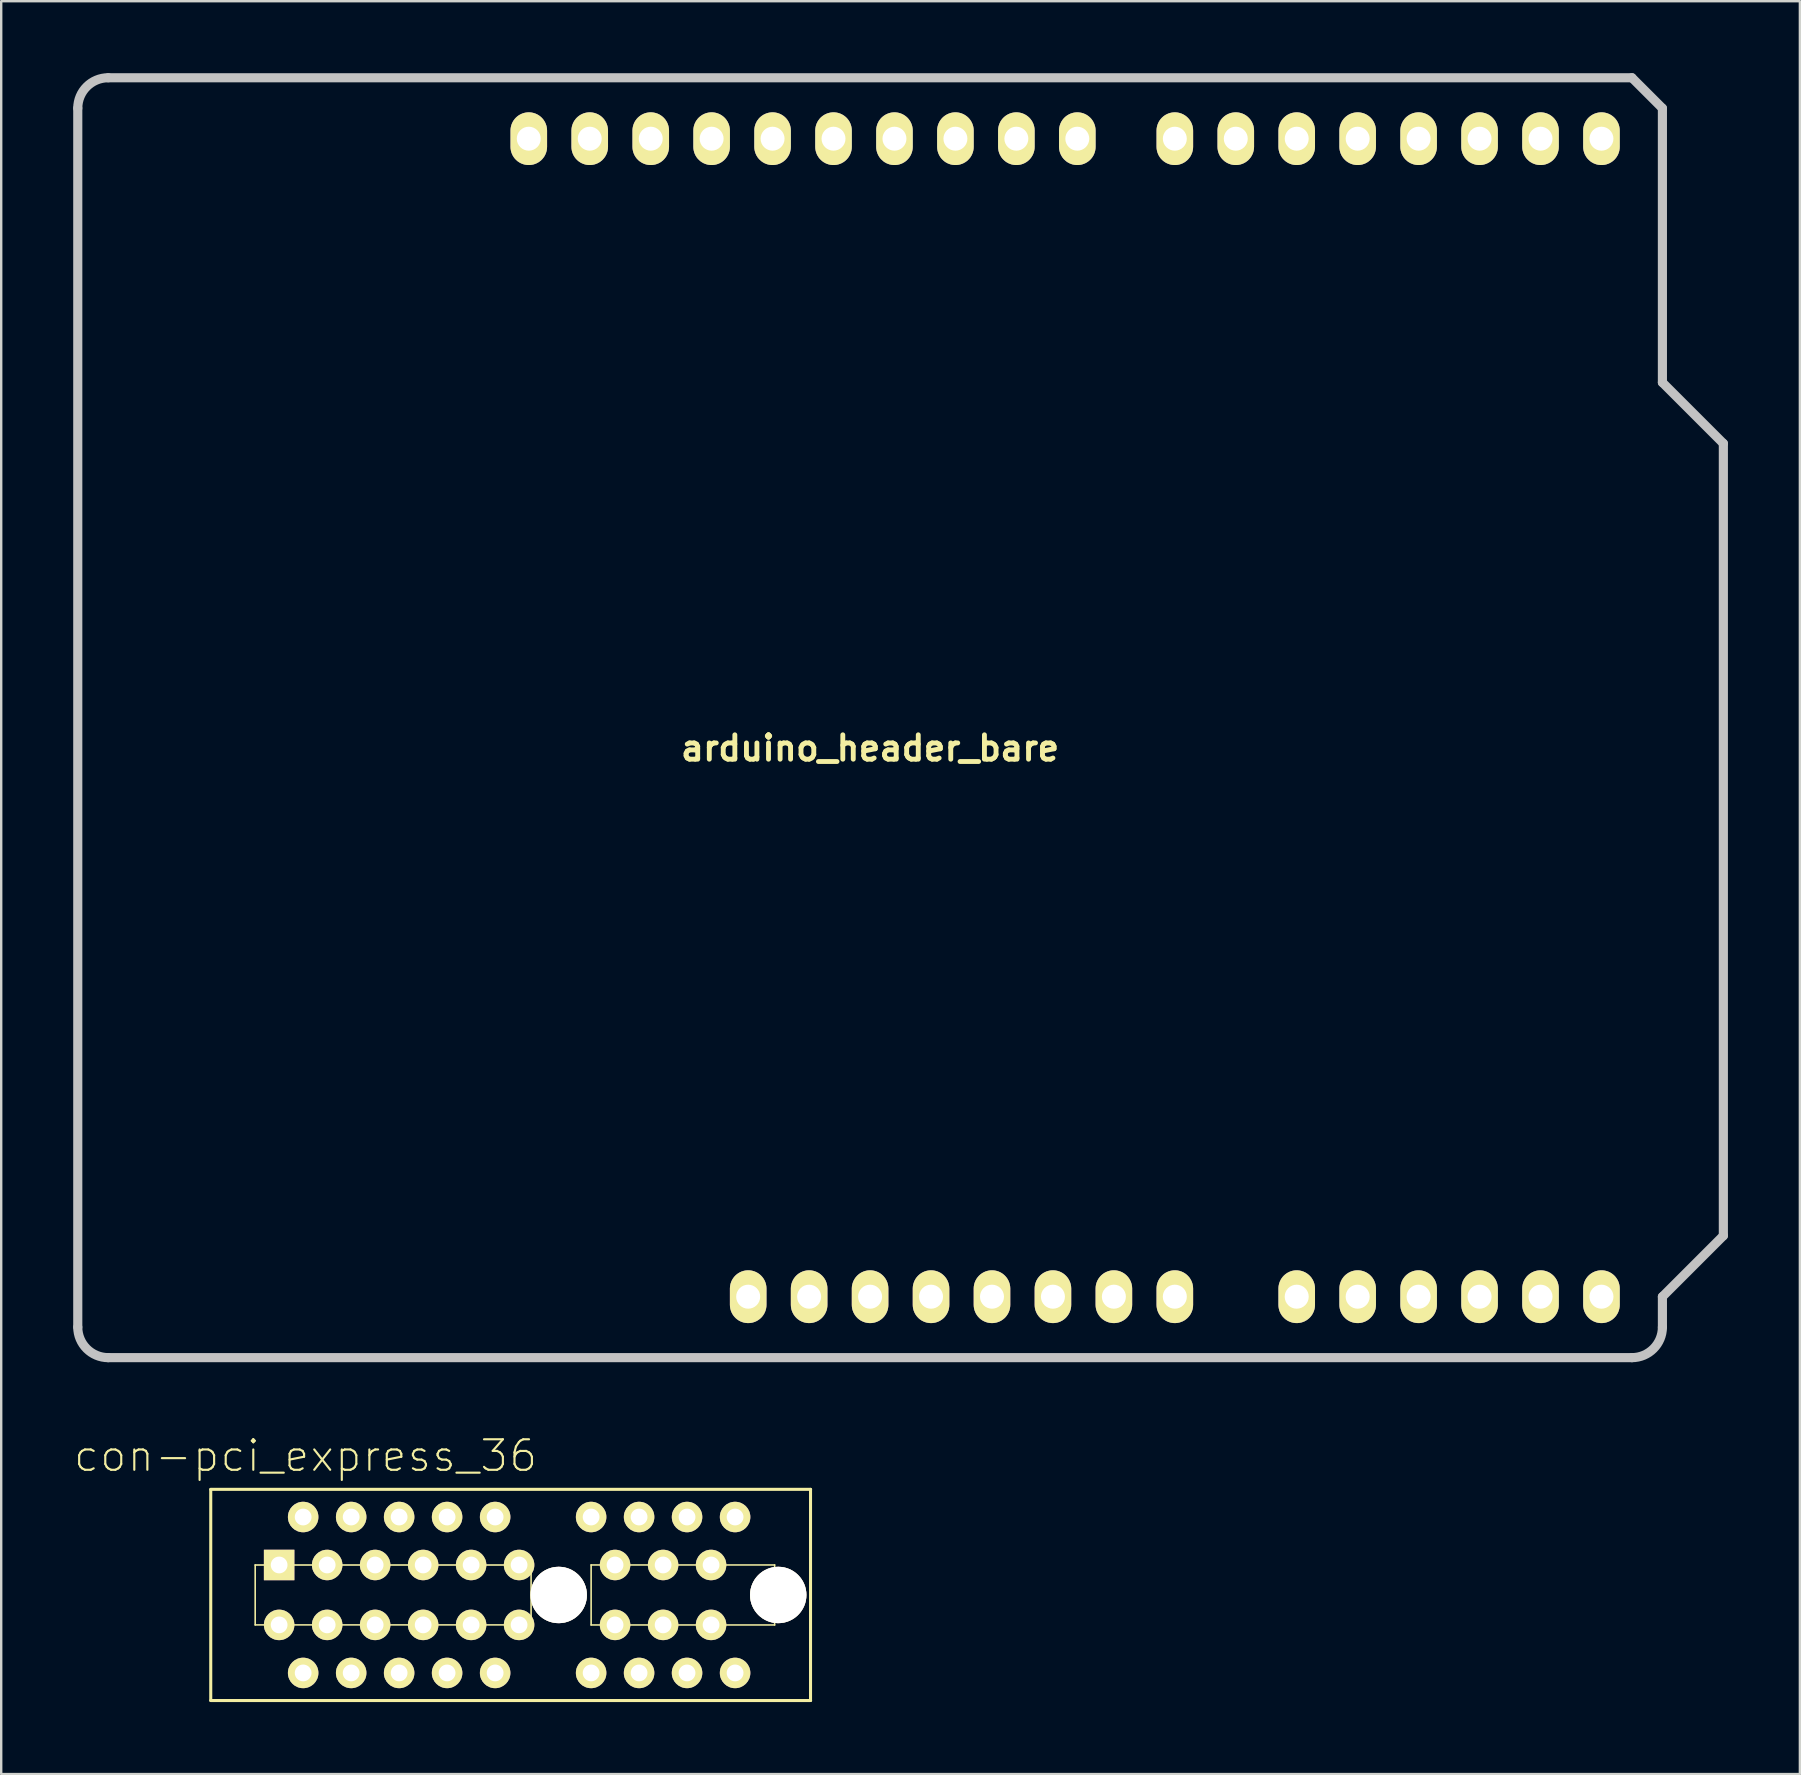
<source format=kicad_pcb>
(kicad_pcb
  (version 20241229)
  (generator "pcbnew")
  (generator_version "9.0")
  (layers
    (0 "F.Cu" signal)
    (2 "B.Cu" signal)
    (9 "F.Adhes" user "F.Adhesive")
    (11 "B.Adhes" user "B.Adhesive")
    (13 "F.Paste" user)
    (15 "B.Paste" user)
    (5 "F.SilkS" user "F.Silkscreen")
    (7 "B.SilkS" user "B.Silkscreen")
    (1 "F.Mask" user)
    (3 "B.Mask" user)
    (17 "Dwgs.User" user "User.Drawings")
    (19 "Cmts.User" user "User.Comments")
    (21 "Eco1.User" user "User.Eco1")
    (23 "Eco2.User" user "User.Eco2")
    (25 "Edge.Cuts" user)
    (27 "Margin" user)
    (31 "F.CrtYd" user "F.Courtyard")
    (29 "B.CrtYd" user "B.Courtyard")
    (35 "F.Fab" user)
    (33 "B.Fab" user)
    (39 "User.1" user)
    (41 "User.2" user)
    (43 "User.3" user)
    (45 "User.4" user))
  (footprint "arduino_header_bare"
    (layer "F.Cu")
    (at 33.211 26.86)
    (property "Reference" "arduino_header_bare" (at 0 1.27 0) (layer "F.SilkS") (effects (font (size 1.016 1.016) (thickness 0.203))))
    (attr through_hole)
    (fp_line (start -33.02 25.4) (end -33.02 -25.4) (stroke (width 0.381) (type solid)) (layer "Dwgs.User"))
    (fp_line (start -31.75 26.67) (end 31.75 26.67) (stroke (width 0.381) (type solid)) (layer "Dwgs.User"))
    (fp_line (start 31.75 -26.67) (end -31.75 -26.67) (stroke (width 0.381) (type solid)) (layer "Dwgs.User"))
    (fp_line (start 31.75 -26.67) (end 33.02 -25.4) (stroke (width 0.381) (type solid)) (layer "Dwgs.User"))
    (fp_line (start 33.02 -25.4) (end 33.02 -13.97) (stroke (width 0.381) (type solid)) (layer "Dwgs.User"))
    (fp_line (start 33.02 -13.97) (end 35.56 -11.43) (stroke (width 0.381) (type solid)) (layer "Dwgs.User"))
    (fp_line (start 33.02 24.13) (end 33.02 25.4) (stroke (width 0.381) (type solid)) (layer "Dwgs.User"))
    (fp_line (start 35.56 21.59) (end 33.02 24.13) (stroke (width 0.381) (type solid)) (layer "Dwgs.User"))
    (fp_line (start 35.56 21.59) (end 35.56 -11.43) (stroke (width 0.381) (type solid)) (layer "Dwgs.User"))
    (fp_arc (start -33.02 -25.4) (mid -32.648026 -26.298026) (end -31.75 -26.67) (stroke (width 0.381) (type solid)) (layer "Dwgs.User"))
    (fp_arc (start -31.75 26.67) (mid -32.648026 26.298026) (end -33.02 25.4) (stroke (width 0.381) (type solid)) (layer "Dwgs.User"))
    (fp_arc (start 33.02 25.4) (mid 32.648026 26.298026) (end 31.75 26.67) (stroke (width 0.381) (type solid)) (layer "Dwgs.User"))
    (pad "1" thru_hole oval (at -5.08 24.13) (size 1.524 2.2) (drill 1.001) (layers "*.Cu" "*.Mask" "F.SilkS"))
    (pad "2" thru_hole oval (at -2.54 24.13) (size 1.524 2.2) (drill 1.001) (layers "*.Cu" "*.Mask" "F.SilkS"))
    (pad "3" thru_hole oval (at 0 24.13) (size 1.524 2.2) (drill 1.001) (layers "*.Cu" "*.Mask" "F.SilkS"))
    (pad "4" thru_hole oval (at 2.54 24.13) (size 1.524 2.2) (drill 1.001) (layers "*.Cu" "*.Mask" "F.SilkS"))
    (pad "5" thru_hole oval (at 5.08 24.13) (size 1.524 2.2) (drill 1.001) (layers "*.Cu" "*.Mask" "F.SilkS"))
    (pad "6" thru_hole oval (at 7.62 24.13) (size 1.524 2.2) (drill 1.001) (layers "*.Cu" "*.Mask" "F.SilkS"))
    (pad "7" thru_hole oval (at 10.16 24.13) (size 1.524 2.2) (drill 1.001) (layers "*.Cu" "*.Mask" "F.SilkS"))
    (pad "8" thru_hole oval (at 12.7 24.13) (size 1.524 2.2) (drill 1.001) (layers "*.Cu" "*.Mask" "F.SilkS"))
    (pad "9" thru_hole oval (at 17.78 24.13) (size 1.524 2.2) (drill 1.001) (layers "*.Cu" "*.Mask" "F.SilkS"))
    (pad "10" thru_hole oval (at 20.32 24.13) (size 1.524 2.2) (drill 1.001) (layers "*.Cu" "*.Mask" "F.SilkS"))
    (pad "11" thru_hole oval (at 22.86 24.13) (size 1.524 2.2) (drill 1.001) (layers "*.Cu" "*.Mask" "F.SilkS"))
    (pad "12" thru_hole oval (at 25.4 24.13) (size 1.524 2.2) (drill 1.001) (layers "*.Cu" "*.Mask" "F.SilkS"))
    (pad "13" thru_hole oval (at 27.94 24.13) (size 1.524 2.2) (drill 1.001) (layers "*.Cu" "*.Mask" "F.SilkS"))
    (pad "14" thru_hole oval (at 30.48 24.13) (size 1.524 2.2) (drill 1.001) (layers "*.Cu" "*.Mask" "F.SilkS"))
    (pad "15" thru_hole oval (at 30.48 -24.13) (size 1.524 2.197) (drill 0.998) (layers "*.Cu" "*.Mask" "F.SilkS"))
    (pad "16" thru_hole oval (at 27.94 -24.13) (size 1.524 2.197) (drill 0.998) (layers "*.Cu" "*.Mask" "F.SilkS"))
    (pad "17" thru_hole oval (at 25.4 -24.13) (size 1.524 2.197) (drill 0.998) (layers "*.Cu" "*.Mask" "F.SilkS"))
    (pad "18" thru_hole oval (at 22.86 -24.13) (size 1.524 2.197) (drill 0.998) (layers "*.Cu" "*.Mask" "F.SilkS"))
    (pad "19" thru_hole oval (at 20.32 -24.13) (size 1.524 2.197) (drill 0.998) (layers "*.Cu" "*.Mask" "F.SilkS"))
    (pad "20" thru_hole oval (at 17.78 -24.13) (size 1.524 2.197) (drill 0.998) (layers "*.Cu" "*.Mask" "F.SilkS"))
    (pad "21" thru_hole oval (at 15.24 -24.13) (size 1.524 2.197) (drill 0.998) (layers "*.Cu" "*.Mask" "F.SilkS"))
    (pad "22" thru_hole oval (at 12.7 -24.13) (size 1.524 2.197) (drill 0.998) (layers "*.Cu" "*.Mask" "F.SilkS"))
    (pad "23" thru_hole oval (at 8.636 -24.13) (size 1.524 2.197) (drill 0.998) (layers "*.Cu" "*.Mask" "F.SilkS"))
    (pad "24" thru_hole oval (at 6.096 -24.13) (size 1.524 2.197) (drill 0.998) (layers "*.Cu" "*.Mask" "F.SilkS"))
    (pad "25" thru_hole oval (at 3.556 -24.13) (size 1.524 2.197) (drill 0.998) (layers "*.Cu" "*.Mask" "F.SilkS"))
    (pad "26" thru_hole oval (at 1.016 -24.13) (size 1.524 2.197) (drill 0.998) (layers "*.Cu" "*.Mask" "F.SilkS"))
    (pad "27" thru_hole oval (at -1.524 -24.13) (size 1.524 2.197) (drill 0.998) (layers "*.Cu" "*.Mask" "F.SilkS"))
    (pad "28" thru_hole oval (at -4.064 -24.13) (size 1.524 2.197) (drill 0.998) (layers "*.Cu" "*.Mask" "F.SilkS"))
    (pad "29" thru_hole oval (at -6.604 -24.13) (size 1.524 2.197) (drill 0.998) (layers "*.Cu" "*.Mask" "F.SilkS"))
    (pad "30" thru_hole oval (at -9.141 -24.13) (size 1.524 2.197) (drill 0.998) (layers "*.Cu" "*.Mask" "F.SilkS"))
    (pad "31" thru_hole oval (at -11.684 -24.13) (size 1.524 2.197) (drill 0.998) (layers "*.Cu" "*.Mask" "F.SilkS"))
    (pad "32" thru_hole oval (at -14.224 -24.13) (size 1.524 2.197) (drill 0.998) (layers "*.Cu" "*.Mask" "F.SilkS")))
  (footprint "con-pci_express_36"
    (layer "F.Cu")
    (at 18.583 63.67)
    (property "Reference" "con-pci_express_36" (at -8.9 -6.05 0) (layer "F.SilkS") (effects (font (size 1.27 1.27) (thickness 0.089))))
    (attr exclude_from_pos_files exclude_from_bom)
    (fp_line (start -12.85 -4.651) (end 12.149 -4.651) (stroke (width 0.127) (type solid)) (layer "F.SilkS"))
    (fp_line (start -12.85 4.148) (end -12.85 -4.648) (stroke (width 0.127) (type solid)) (layer "F.SilkS"))
    (fp_line (start -12.85 4.15) (end 12.149 4.15) (stroke (width 0.127) (type solid)) (layer "F.SilkS"))
    (fp_line (start -10.998 -1.499) (end 0.5 -1.499) (stroke (width 0.066) (type solid)) (layer "F.SilkS"))
    (fp_line (start -10.998 0.998) (end -10.998 -1.499) (stroke (width 0.066) (type solid)) (layer "F.SilkS"))
    (fp_line (start -10.998 0.998) (end 0.5 0.998) (stroke (width 0.066) (type solid)) (layer "F.SilkS"))
    (fp_line (start 0.5 0.998) (end 0.5 -1.499) (stroke (width 0.066) (type solid)) (layer "F.SilkS"))
    (fp_line (start 3 -1.501) (end 10.65 -1.501) (stroke (width 0.064) (type solid)) (layer "F.SilkS"))
    (fp_line (start 3.002 0.998) (end 3.002 -1.499) (stroke (width 0.066) (type solid)) (layer "F.SilkS"))
    (fp_line (start 10.65 1.001) (end 3 1.001) (stroke (width 0.064) (type solid)) (layer "F.SilkS"))
    (fp_line (start 10.65 1.001) (end 10.65 -1.501) (stroke (width 0.064) (type solid)) (layer "F.SilkS"))
    (fp_line (start 12.146 -4.651) (end 12.146 4.15) (stroke (width 0.127) (type solid)) (layer "F.SilkS"))
    (pad "" thru_hole circle (at 1.651 -0.249) (size 2.349 2.349) (drill 2.349) (layers "*.Cu" "F.Mask" "F.SilkS" "F.Paste"))
    (pad "" thru_hole circle (at 10.8 -0.249) (size 2.349 2.349) (drill 2.349) (layers "*.Cu" "F.Mask" "F.SilkS" "F.Paste"))
    (pad "A1" thru_hole rect (at -10 -1.499) (size 1.27 1.27) (drill 0.699) (layers "*.Cu" "F.Mask" "F.SilkS" "F.Paste"))
    (pad "A2" thru_hole circle (at -8.999 -3.498) (size 1.27 1.27) (drill 0.699) (layers "*.Cu" "F.Mask" "F.SilkS" "F.Paste"))
    (pad "A3" thru_hole circle (at -7.998 -1.499) (size 1.27 1.27) (drill 0.699) (layers "*.Cu" "F.Mask" "F.SilkS" "F.Paste"))
    (pad "A4" thru_hole circle (at -6.998 -3.498) (size 1.27 1.27) (drill 0.699) (layers "*.Cu" "F.Mask" "F.SilkS" "F.Paste"))
    (pad "A5" thru_hole circle (at -5.999 -1.499) (size 1.27 1.27) (drill 0.699) (layers "*.Cu" "F.Mask" "F.SilkS" "F.Paste"))
    (pad "A6" thru_hole circle (at -4.999 -3.498) (size 1.27 1.27) (drill 0.699) (layers "*.Cu" "F.Mask" "F.SilkS" "F.Paste"))
    (pad "A7" thru_hole circle (at -3.998 -1.499) (size 1.27 1.27) (drill 0.699) (layers "*.Cu" "F.Mask" "F.SilkS" "F.Paste"))
    (pad "A8" thru_hole circle (at -3 -3.498) (size 1.27 1.27) (drill 0.699) (layers "*.Cu" "F.Mask" "F.SilkS" "F.Paste"))
    (pad "A9" thru_hole circle (at -1.999 -1.499) (size 1.27 1.27) (drill 0.699) (layers "*.Cu" "F.Mask" "F.SilkS" "F.Paste"))
    (pad "A10" thru_hole circle (at -0.998 -3.498) (size 1.27 1.27) (drill 0.699) (layers "*.Cu" "F.Mask" "F.SilkS" "F.Paste"))
    (pad "A11" thru_hole circle (at 0 -1.499) (size 1.27 1.27) (drill 0.699) (layers "*.Cu" "F.Mask" "F.SilkS" "F.Paste"))
    (pad "A12" thru_hole circle (at 3.002 -3.498) (size 1.27 1.27) (drill 0.699) (layers "*.Cu" "F.Mask" "F.SilkS" "F.Paste"))
    (pad "A13" thru_hole circle (at 4 -1.499) (size 1.27 1.27) (drill 0.699) (layers "*.Cu" "F.Mask" "F.SilkS" "F.Paste"))
    (pad "A14" thru_hole circle (at 5.001 -3.498) (size 1.27 1.27) (drill 0.699) (layers "*.Cu" "F.Mask" "F.SilkS" "F.Paste"))
    (pad "A15" thru_hole circle (at 6.002 -1.499) (size 1.27 1.27) (drill 0.699) (layers "*.Cu" "F.Mask" "F.SilkS" "F.Paste"))
    (pad "A16" thru_hole circle (at 7 -3.498) (size 1.27 1.27) (drill 0.699) (layers "*.Cu" "F.Mask" "F.SilkS" "F.Paste"))
    (pad "A17" thru_hole circle (at 8.001 -1.499) (size 1.27 1.27) (drill 0.699) (layers "*.Cu" "F.Mask" "F.SilkS" "F.Paste"))
    (pad "A18" thru_hole circle (at 9.002 -3.498) (size 1.27 1.27) (drill 0.699) (layers "*.Cu" "F.Mask" "F.SilkS" "F.Paste"))
    (pad "B1" thru_hole circle (at -10 0.998) (size 1.27 1.27) (drill 0.699) (layers "*.Cu" "F.Mask" "F.SilkS" "F.Paste"))
    (pad "B2" thru_hole circle (at -8.999 3) (size 1.27 1.27) (drill 0.699) (layers "*.Cu" "F.Mask" "F.SilkS" "F.Paste"))
    (pad "B3" thru_hole circle (at -7.998 0.998) (size 1.27 1.27) (drill 0.699) (layers "*.Cu" "F.Mask" "F.SilkS" "F.Paste"))
    (pad "B4" thru_hole circle (at -6.998 3) (size 1.27 1.27) (drill 0.699) (layers "*.Cu" "F.Mask" "F.SilkS" "F.Paste"))
    (pad "B5" thru_hole circle (at -5.999 0.998) (size 1.27 1.27) (drill 0.699) (layers "*.Cu" "F.Mask" "F.SilkS" "F.Paste"))
    (pad "B6" thru_hole circle (at -4.999 3) (size 1.27 1.27) (drill 0.699) (layers "*.Cu" "F.Mask" "F.SilkS" "F.Paste"))
    (pad "B7" thru_hole circle (at -3.998 0.998) (size 1.27 1.27) (drill 0.699) (layers "*.Cu" "F.Mask" "F.SilkS" "F.Paste"))
    (pad "B8" thru_hole circle (at -3 3) (size 1.27 1.27) (drill 0.699) (layers "*.Cu" "F.Mask" "F.SilkS" "F.Paste"))
    (pad "B9" thru_hole circle (at -1.999 0.998) (size 1.27 1.27) (drill 0.699) (layers "*.Cu" "F.Mask" "F.SilkS" "F.Paste"))
    (pad "B10" thru_hole circle (at -0.998 3) (size 1.27 1.27) (drill 0.699) (layers "*.Cu" "F.Mask" "F.SilkS" "F.Paste"))
    (pad "B11" thru_hole circle (at 0 0.998) (size 1.27 1.27) (drill 0.699) (layers "*.Cu" "F.Mask" "F.SilkS" "F.Paste"))
    (pad "B12" thru_hole circle (at 3.002 3) (size 1.27 1.27) (drill 0.699) (layers "*.Cu" "F.Mask" "F.SilkS" "F.Paste"))
    (pad "B13" thru_hole circle (at 4 0.998) (size 1.27 1.27) (drill 0.699) (layers "*.Cu" "F.Mask" "F.SilkS" "F.Paste"))
    (pad "B14" thru_hole circle (at 5.001 3) (size 1.27 1.27) (drill 0.699) (layers "*.Cu" "F.Mask" "F.SilkS" "F.Paste"))
    (pad "B15" thru_hole circle (at 6.002 0.998) (size 1.27 1.27) (drill 0.699) (layers "*.Cu" "F.Mask" "F.SilkS" "F.Paste"))
    (pad "B16" thru_hole circle (at 7 3) (size 1.27 1.27) (drill 0.699) (layers "*.Cu" "F.Mask" "F.SilkS" "F.Paste"))
    (pad "B17" thru_hole circle (at 8.001 0.998) (size 1.27 1.27) (drill 0.699) (layers "*.Cu" "F.Mask" "F.SilkS" "F.Paste"))
    (pad "B18" thru_hole circle (at 9.002 3) (size 1.27 1.27) (drill 0.699) (layers "*.Cu" "F.Mask" "F.SilkS" "F.Paste")))
  (gr_rect
    (start -3 -3)
    (end 71.961 70.884)
    (stroke (width 0.1) (type default))
    (fill no)
    (layer "Edge.Cuts")))
</source>
